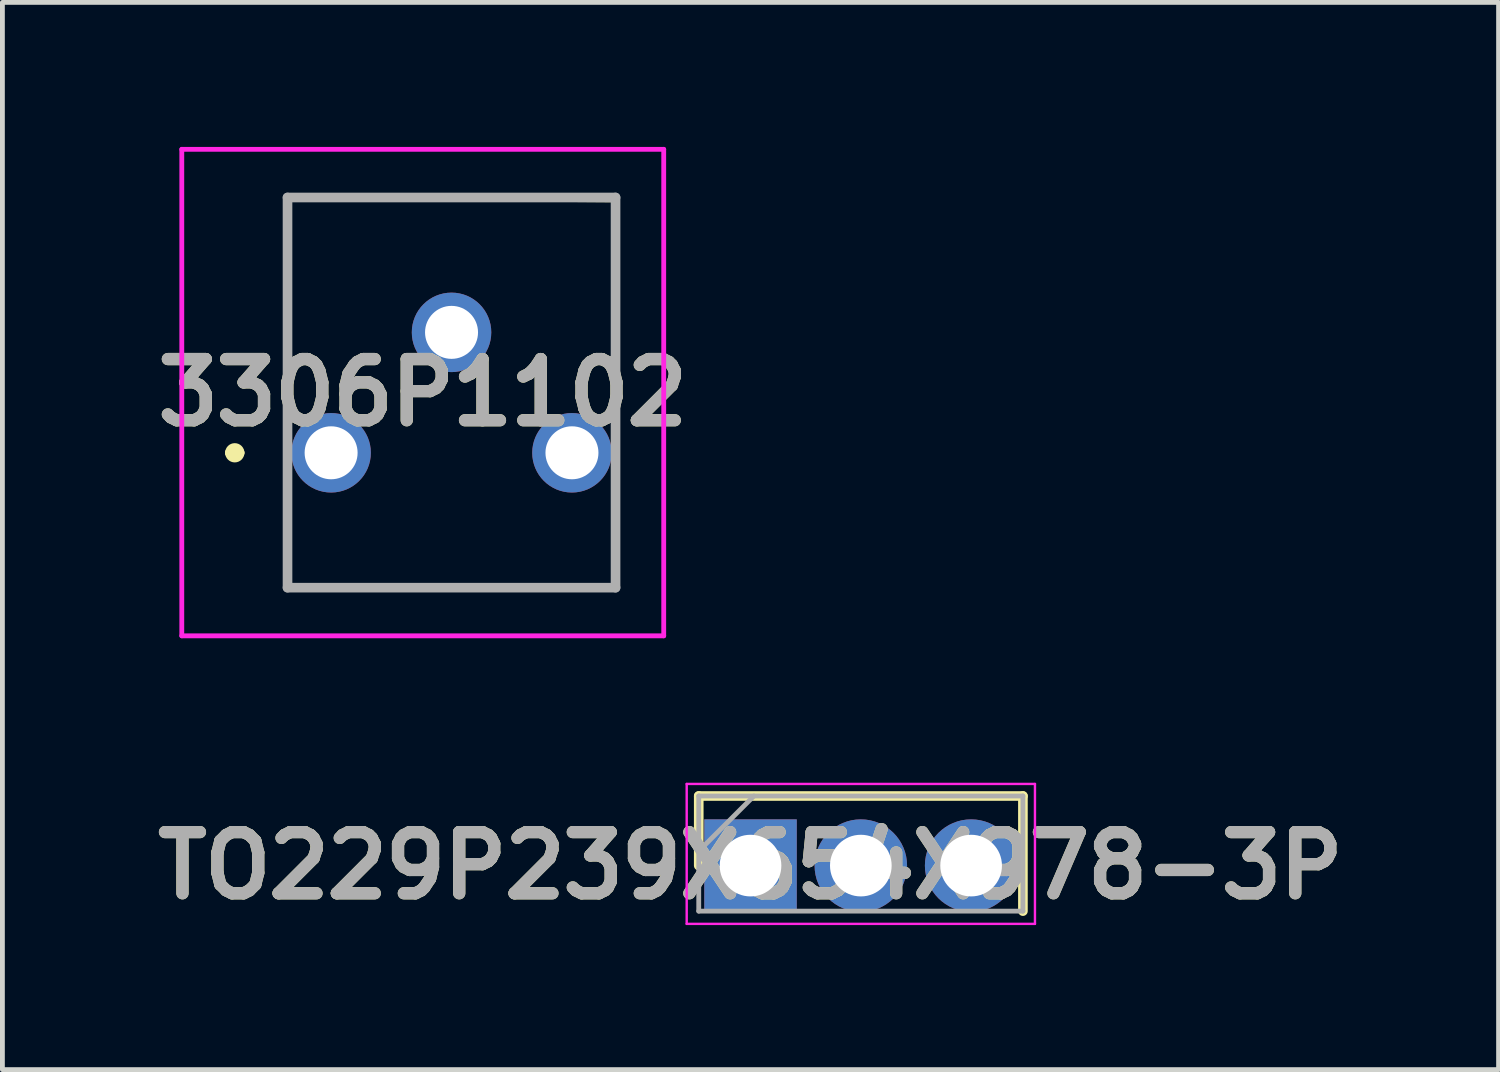
<source format=kicad_pcb>
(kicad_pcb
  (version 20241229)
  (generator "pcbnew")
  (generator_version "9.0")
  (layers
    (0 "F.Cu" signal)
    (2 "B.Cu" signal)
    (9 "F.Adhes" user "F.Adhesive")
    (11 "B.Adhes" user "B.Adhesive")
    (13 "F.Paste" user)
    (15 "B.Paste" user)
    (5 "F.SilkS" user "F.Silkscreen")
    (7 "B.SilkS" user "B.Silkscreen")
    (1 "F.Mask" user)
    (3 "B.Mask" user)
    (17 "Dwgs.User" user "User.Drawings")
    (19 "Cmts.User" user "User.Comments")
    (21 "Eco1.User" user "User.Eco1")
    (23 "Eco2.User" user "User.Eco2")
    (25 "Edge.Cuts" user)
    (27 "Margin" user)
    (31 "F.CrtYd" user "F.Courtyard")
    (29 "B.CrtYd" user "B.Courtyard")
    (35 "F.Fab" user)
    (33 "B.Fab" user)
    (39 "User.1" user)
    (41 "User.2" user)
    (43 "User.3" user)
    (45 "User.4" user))
  (footprint "TO229P239X654X978-3P"
    (layer "F.Cu")
    (at 12.531 14.92)
    (property "Reference" "TO229P239X654X978-3P" (at 0 0 0) (layer "F.SilkS") (effects (font (size 1.27 1.27) (thickness 0.254))))
    (attr through_hole)
    (fp_line (start -1.075 -1.445) (end -1.075 0) (stroke (width 0.2) (type solid)) (layer "F.SilkS"))
    (fp_line (start 5.655 -1.445) (end -1.075 -1.445) (stroke (width 0.2) (type solid)) (layer "F.SilkS"))
    (fp_line (start 5.655 0.945) (end 5.655 -1.445) (stroke (width 0.2) (type solid)) (layer "F.SilkS"))
    (fp_line (start -1.325 -1.695) (end 5.905 -1.695) (stroke (width 0.05) (type solid)) (layer "F.CrtYd"))
    (fp_line (start -1.325 1.21) (end -1.325 -1.695) (stroke (width 0.05) (type solid)) (layer "F.CrtYd"))
    (fp_line (start 5.905 -1.695) (end 5.905 1.21) (stroke (width 0.05) (type solid)) (layer "F.CrtYd"))
    (fp_line (start 5.905 1.21) (end -1.325 1.21) (stroke (width 0.05) (type solid)) (layer "F.CrtYd"))
    (fp_line (start -1.075 -1.445) (end 5.655 -1.445) (stroke (width 0.1) (type solid)) (layer "F.Fab"))
    (fp_line (start -1.075 -0.3) (end 0.07 -1.445) (stroke (width 0.1) (type solid)) (layer "F.Fab"))
    (fp_line (start -1.075 0.945) (end -1.075 -1.445) (stroke (width 0.1) (type solid)) (layer "F.Fab"))
    (fp_line (start 5.655 -1.445) (end 5.655 0.945) (stroke (width 0.1) (type solid)) (layer "F.Fab"))
    (fp_line (start 5.655 0.945) (end -1.075 0.945) (stroke (width 0.1) (type solid)) (layer "F.Fab"))
    (fp_text user "${REFERENCE}" (at 0 0 0) (layer "F.Fab") (effects (font (size 1.27 1.27) (thickness 0.254))))
    (pad "1" thru_hole rect (at 0 0) (size 1.92 1.92) (drill 1.28) (layers "*.Cu" "*.Mask"))
    (pad "2" thru_hole circle (at 2.29 0) (size 1.92 1.92) (drill 1.28) (layers "*.Cu" "*.Mask"))
    (pad "3" thru_hole circle (at 4.58 0) (size 1.92 1.92) (drill 1.28) (layers "*.Cu" "*.Mask")))
  (footprint "3306P1102"
    (layer "F.Cu")
    (at 3.824 6.35)
    (property "Reference" "3306P1102" (at 1.903 -1.25 0) (layer "F.SilkS") (effects (font (size 1.27 1.27) (thickness 0.254))))
    (attr through_hole)
    (fp_line (start -2.1 0) (end -2.1 0) (stroke (width 0.2) (type solid)) (layer "F.SilkS"))
    (fp_line (start -1.9 0) (end -1.9 0) (stroke (width 0.2) (type solid)) (layer "F.SilkS"))
    (fp_line (start -0.905 -5.3) (end 5.905 -5.25) (stroke (width 0.1) (type solid)) (layer "F.SilkS"))
    (fp_line (start -0.9 -1.65) (end -0.905 -5.3) (stroke (width 0.1) (type solid)) (layer "F.SilkS"))
    (fp_line (start -0.9 1.55) (end -0.9 2.8) (stroke (width 0.1) (type solid)) (layer "F.SilkS"))
    (fp_line (start -0.9 2.8) (end 5.905 2.8) (stroke (width 0.1) (type solid)) (layer "F.SilkS"))
    (fp_line (start 5.905 -5.25) (end 5.905 -1.65) (stroke (width 0.1) (type solid)) (layer "F.SilkS"))
    (fp_line (start 5.905 2.8) (end 5.905 1.55) (stroke (width 0.1) (type solid)) (layer "F.SilkS"))
    (fp_arc (start -2.1 0) (mid -2 -0.1) (end -1.9 0) (stroke (width 0.2) (type solid)) (layer "F.SilkS"))
    (fp_arc (start -1.9 0) (mid -2 0.1) (end -2.1 0) (stroke (width 0.2) (type solid)) (layer "F.SilkS"))
    (fp_line (start -3.1 -6.3) (end 6.905 -6.3) (stroke (width 0.1) (type solid)) (layer "F.CrtYd"))
    (fp_line (start -3.1 3.8) (end -3.1 -6.3) (stroke (width 0.1) (type solid)) (layer "F.CrtYd"))
    (fp_line (start 6.905 -6.3) (end 6.905 3.8) (stroke (width 0.1) (type solid)) (layer "F.CrtYd"))
    (fp_line (start 6.905 3.8) (end -3.1 3.8) (stroke (width 0.1) (type solid)) (layer "F.CrtYd"))
    (fp_line (start -0.905 -5.3) (end 5.905 -5.3) (stroke (width 0.2) (type solid)) (layer "F.Fab"))
    (fp_line (start -0.905 2.8) (end -0.905 -5.3) (stroke (width 0.2) (type solid)) (layer "F.Fab"))
    (fp_line (start 5.905 -5.3) (end 5.905 2.8) (stroke (width 0.2) (type solid)) (layer "F.Fab"))
    (fp_line (start 5.905 2.8) (end -0.905 2.8) (stroke (width 0.2) (type solid)) (layer "F.Fab"))
    (fp_text user "${REFERENCE}" (at 1.903 -1.25 0) (layer "F.Fab") (effects (font (size 1.27 1.27) (thickness 0.254))))
    (pad "1" thru_hole circle (at 0 0) (size 1.65 1.65) (drill 1.1) (layers "*.Cu" "*.Mask"))
    (pad "2" thru_hole circle (at 5 0) (size 1.65 1.65) (drill 1.1) (layers "*.Cu" "*.Mask"))
    (pad "3" thru_hole circle (at 2.5 -2.5) (size 1.65 1.65) (drill 1.1) (layers "*.Cu" "*.Mask")))
  (gr_rect
    (start -3 -3)
    (end 28.061 19.155)
    (stroke (width 0.1) (type default))
    (fill no)
    (layer "Edge.Cuts")))
</source>
